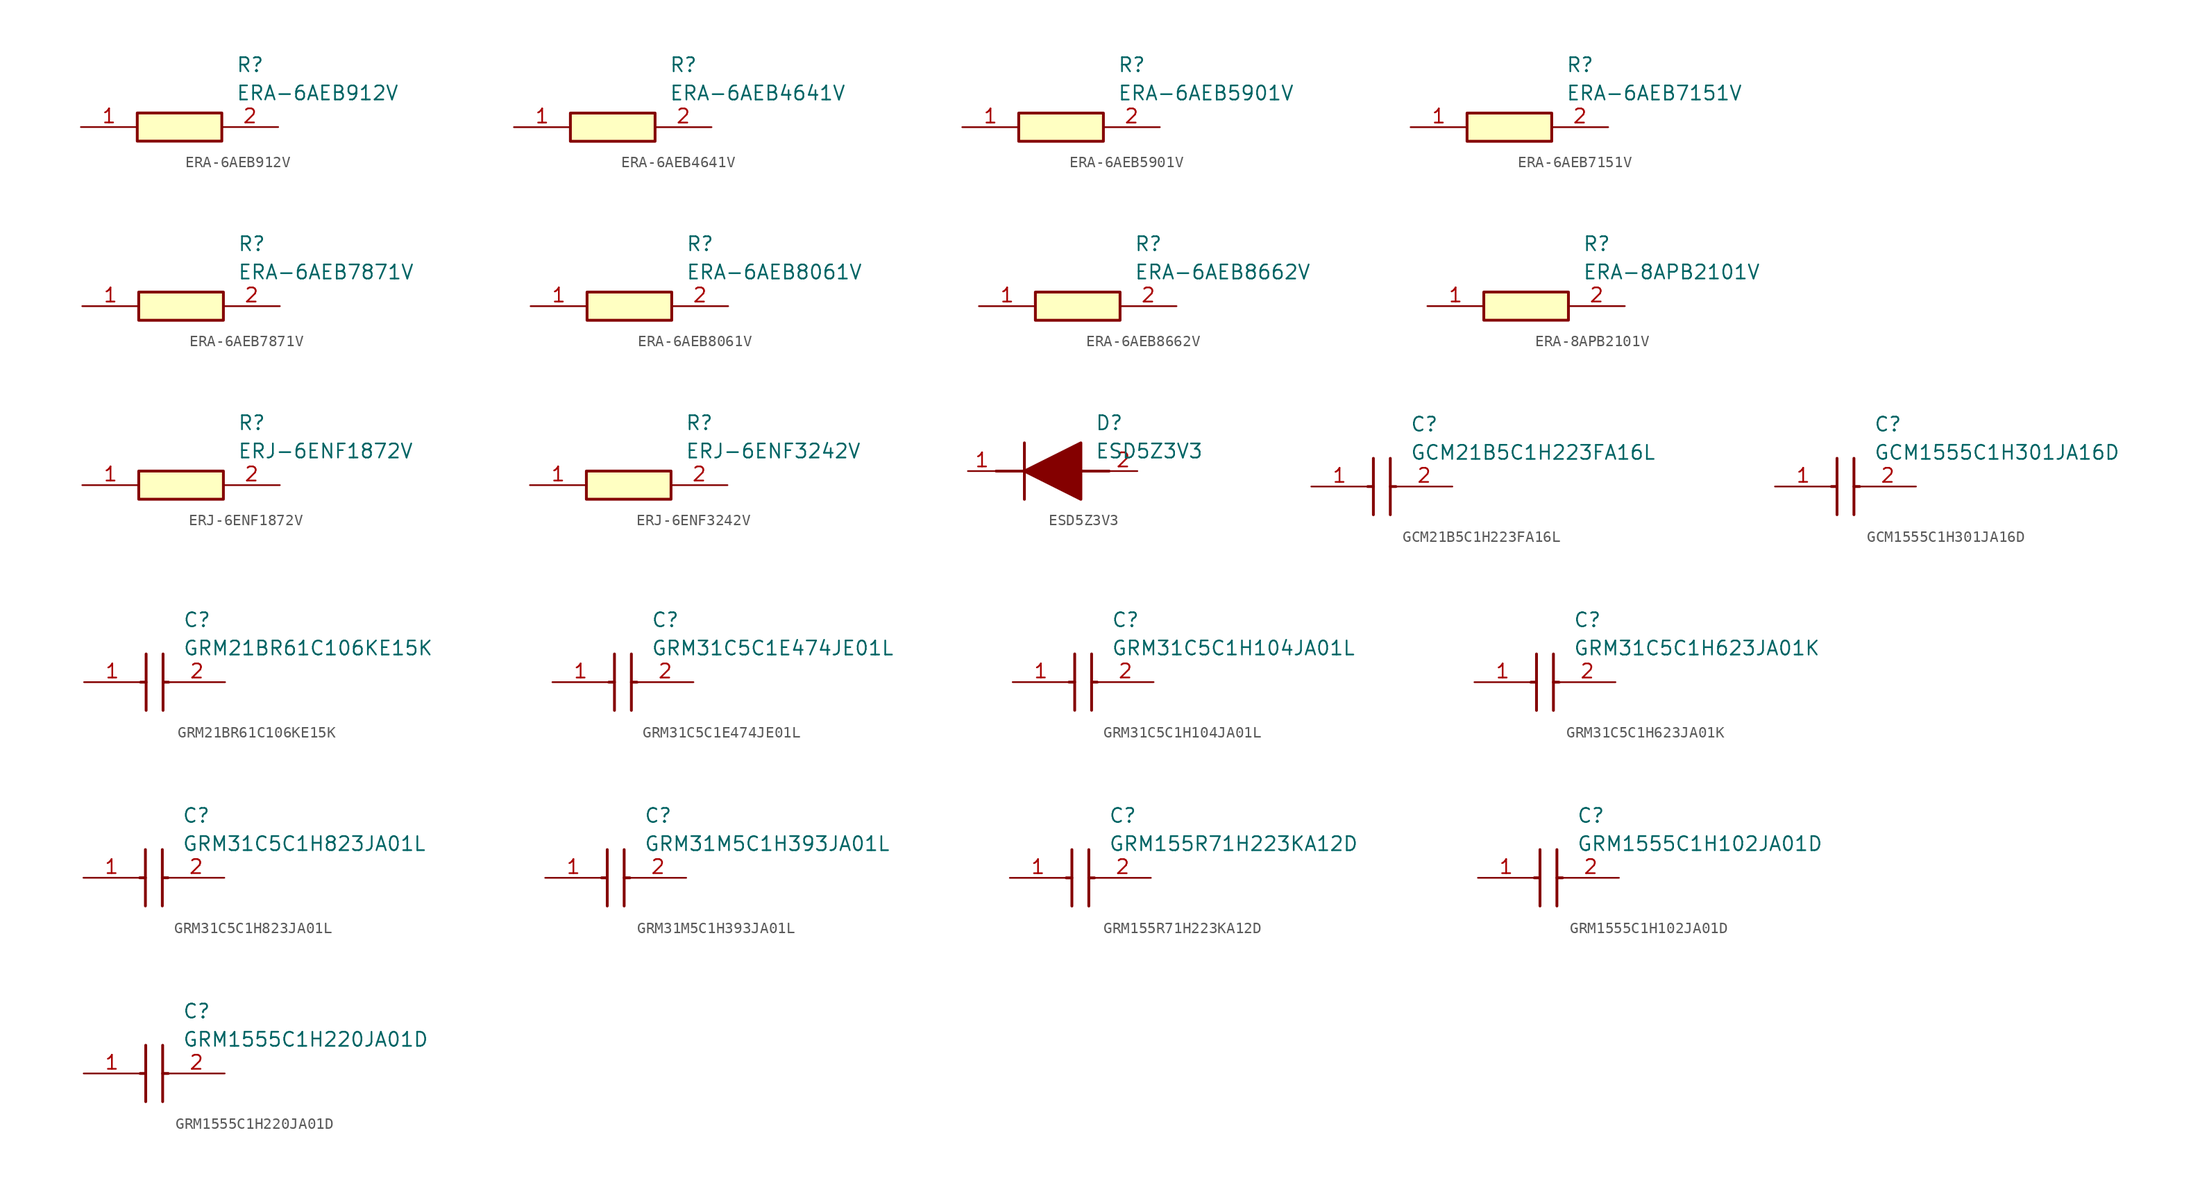
<source format=kicad_sym>
(kicad_symbol_lib
  (version 20231120)
  (generator "kicad_symbol_editor")
  (generator_version "8.0")
  (symbol "ERA-6AEB912V"
    (pin_names hide)
    (property "Reference" "R"
      (at 13.97 6.35 0)
      (effects (font (size 1.27 1.27)) (justify left top)))
    (property "Value" "ERA-6AEB912V"
      (at 13.97 3.81 0)
      (effects (font (size 1.27 1.27)) (justify left top)))
    (symbol "ERA-6AEB912V_1_1"
      (rectangle (start 5.08 1.27) (end 12.7 -1.27) (stroke (width 0.254) (type default)) (fill (type background)))
      (pin passive line (at 0 0 0) (length 5.08) (name "1" (effects (font (size 1.27 1.27)))) (number "1" (effects (font (size 1.27 1.27)))))
      (pin passive line (at 17.78 0 180) (length 5.08) (name "2" (effects (font (size 1.27 1.27)))) (number "2" (effects (font (size 1.27 1.27)))))))
  (symbol "ERA-6AEB4641V"
    (pin_names hide)
    (property "Reference" "R"
      (at 13.97 6.35 0)
      (effects (font (size 1.27 1.27)) (justify left top)))
    (property "Value" "ERA-6AEB4641V"
      (at 13.97 3.81 0)
      (effects (font (size 1.27 1.27)) (justify left top)))
    (symbol "ERA-6AEB4641V_1_1"
      (rectangle (start 5.08 1.27) (end 12.7 -1.27) (stroke (width 0.254) (type default)) (fill (type background)))
      (pin passive line (at 0 0 0) (length 5.08) (name "1" (effects (font (size 1.27 1.27)))) (number "1" (effects (font (size 1.27 1.27)))))
      (pin passive line (at 17.78 0 180) (length 5.08) (name "2" (effects (font (size 1.27 1.27)))) (number "2" (effects (font (size 1.27 1.27)))))))
  (symbol "ERA-6AEB5901V"
    (pin_names hide)
    (property "Reference" "R"
      (at 13.97 6.35 0)
      (effects (font (size 1.27 1.27)) (justify left top)))
    (property "Value" "ERA-6AEB5901V"
      (at 13.97 3.81 0)
      (effects (font (size 1.27 1.27)) (justify left top)))
    (symbol "ERA-6AEB5901V_1_1"
      (rectangle (start 5.08 1.27) (end 12.7 -1.27) (stroke (width 0.254) (type default)) (fill (type background)))
      (pin passive line (at 0 0 0) (length 5.08) (name "1" (effects (font (size 1.27 1.27)))) (number "1" (effects (font (size 1.27 1.27)))))
      (pin passive line (at 17.78 0 180) (length 5.08) (name "2" (effects (font (size 1.27 1.27)))) (number "2" (effects (font (size 1.27 1.27)))))))
  (symbol "ERA-6AEB7151V"
    (pin_names hide)
    (property "Reference" "R"
      (at 13.97 6.35 0)
      (effects (font (size 1.27 1.27)) (justify left top)))
    (property "Value" "ERA-6AEB7151V"
      (at 13.97 3.81 0)
      (effects (font (size 1.27 1.27)) (justify left top)))
    (symbol "ERA-6AEB7151V_1_1"
      (rectangle (start 5.08 1.27) (end 12.7 -1.27) (stroke (width 0.254) (type default)) (fill (type background)))
      (pin passive line (at 0 0 0) (length 5.08) (name "1" (effects (font (size 1.27 1.27)))) (number "1" (effects (font (size 1.27 1.27)))))
      (pin passive line (at 17.78 0 180) (length 5.08) (name "2" (effects (font (size 1.27 1.27)))) (number "2" (effects (font (size 1.27 1.27)))))))
  (symbol "ERA-6AEB7871V"
    (pin_names hide)
    (property "Reference" "R"
      (at 13.97 6.35 0)
      (effects (font (size 1.27 1.27)) (justify left top)))
    (property "Value" "ERA-6AEB7871V"
      (at 13.97 3.81 0)
      (effects (font (size 1.27 1.27)) (justify left top)))
    (symbol "ERA-6AEB7871V_1_1"
      (rectangle (start 5.08 1.27) (end 12.7 -1.27) (stroke (width 0.254) (type default)) (fill (type background)))
      (pin passive line (at 0 0 0) (length 5.08) (name "1" (effects (font (size 1.27 1.27)))) (number "1" (effects (font (size 1.27 1.27)))))
      (pin passive line (at 17.78 0 180) (length 5.08) (name "2" (effects (font (size 1.27 1.27)))) (number "2" (effects (font (size 1.27 1.27)))))))
  (symbol "ERA-6AEB8061V"
    (pin_names hide)
    (property "Reference" "R"
      (at 13.97 6.35 0)
      (effects (font (size 1.27 1.27)) (justify left top)))
    (property "Value" "ERA-6AEB8061V"
      (at 13.97 3.81 0)
      (effects (font (size 1.27 1.27)) (justify left top)))
    (symbol "ERA-6AEB8061V_1_1"
      (rectangle (start 5.08 1.27) (end 12.7 -1.27) (stroke (width 0.254) (type default)) (fill (type background)))
      (pin passive line (at 0 0 0) (length 5.08) (name "1" (effects (font (size 1.27 1.27)))) (number "1" (effects (font (size 1.27 1.27)))))
      (pin passive line (at 17.78 0 180) (length 5.08) (name "2" (effects (font (size 1.27 1.27)))) (number "2" (effects (font (size 1.27 1.27)))))))
  (symbol "ERA-6AEB8662V"
    (pin_names hide)
    (property "Reference" "R"
      (at 13.97 6.35 0)
      (effects (font (size 1.27 1.27)) (justify left top)))
    (property "Value" "ERA-6AEB8662V"
      (at 13.97 3.81 0)
      (effects (font (size 1.27 1.27)) (justify left top)))
    (symbol "ERA-6AEB8662V_1_1"
      (rectangle (start 5.08 1.27) (end 12.7 -1.27) (stroke (width 0.254) (type default)) (fill (type background)))
      (pin passive line (at 0 0 0) (length 5.08) (name "1" (effects (font (size 1.27 1.27)))) (number "1" (effects (font (size 1.27 1.27)))))
      (pin passive line (at 17.78 0 180) (length 5.08) (name "2" (effects (font (size 1.27 1.27)))) (number "2" (effects (font (size 1.27 1.27)))))))
  (symbol "ERA-8APB2101V"
    (pin_names hide)
    (property "Reference" "R"
      (at 13.97 6.35 0)
      (effects (font (size 1.27 1.27)) (justify left top)))
    (property "Value" "ERA-8APB2101V"
      (at 13.97 3.81 0)
      (effects (font (size 1.27 1.27)) (justify left top)))
    (symbol "ERA-8APB2101V_1_1"
      (rectangle (start 5.08 1.27) (end 12.7 -1.27) (stroke (width 0.254) (type default)) (fill (type background)))
      (pin passive line (at 0 0 0) (length 5.08) (name "1" (effects (font (size 1.27 1.27)))) (number "1" (effects (font (size 1.27 1.27)))))
      (pin passive line (at 17.78 0 180) (length 5.08) (name "2" (effects (font (size 1.27 1.27)))) (number "2" (effects (font (size 1.27 1.27)))))))
  (symbol "ERJ-6ENF1872V"
    (pin_names hide)
    (property "Reference" "R"
      (at 13.97 6.35 0)
      (effects (font (size 1.27 1.27)) (justify left top)))
    (property "Value" "ERJ-6ENF1872V"
      (at 13.97 3.81 0)
      (effects (font (size 1.27 1.27)) (justify left top)))
    (symbol "ERJ-6ENF1872V_1_1"
      (rectangle (start 5.08 1.27) (end 12.7 -1.27) (stroke (width 0.254) (type default)) (fill (type background)))
      (pin passive line (at 0 0 0) (length 5.08) (name "1" (effects (font (size 1.27 1.27)))) (number "1" (effects (font (size 1.27 1.27)))))
      (pin passive line (at 17.78 0 180) (length 5.08) (name "2" (effects (font (size 1.27 1.27)))) (number "2" (effects (font (size 1.27 1.27)))))))
  (symbol "ERJ-6ENF3242V"
    (pin_names hide)
    (property "Reference" "R"
      (at 13.97 6.35 0)
      (effects (font (size 1.27 1.27)) (justify left top)))
    (property "Value" "ERJ-6ENF3242V"
      (at 13.97 3.81 0)
      (effects (font (size 1.27 1.27)) (justify left top)))
    (symbol "ERJ-6ENF3242V_1_1"
      (rectangle (start 5.08 1.27) (end 12.7 -1.27) (stroke (width 0.254) (type default)) (fill (type background)))
      (pin passive line (at 0 0 0) (length 5.08) (name "1" (effects (font (size 1.27 1.27)))) (number "1" (effects (font (size 1.27 1.27)))))
      (pin passive line (at 17.78 0 180) (length 5.08) (name "2" (effects (font (size 1.27 1.27)))) (number "2" (effects (font (size 1.27 1.27)))))))
  (symbol "ESD5Z3V3"
    (pin_names hide)
    (property "Reference" "D"
      (at 11.43 5.08 0)
      (effects (font (size 1.27 1.27)) (justify left top)))
    (property "Value" "ESD5Z3V3"
      (at 11.43 2.54 0)
      (effects (font (size 1.27 1.27)) (justify left top)))
    (symbol "ESD5Z3V3_1_1"
      (polyline (pts (xy 2.54 0) (xy 5.08 0)) (stroke (width 0.254) (type default)) (fill (type none)))
      (polyline (pts (xy 5.08 2.54) (xy 5.08 -2.54)) (stroke (width 0.254) (type default)) (fill (type none)))
      (polyline (pts (xy 10.16 0) (xy 12.7 0)) (stroke (width 0.254) (type default)) (fill (type none)))
      (polyline (pts (xy 5.08 0) (xy 10.16 2.54) (xy 10.16 -2.54) (xy 5.08 0)) (stroke (width 0.254) (type default)) (fill (type outline)))
      (pin passive line (at 0 0 0) (length 2.54) (name "K" (effects (font (size 1.27 1.27)))) (number "1" (effects (font (size 1.27 1.27)))))
      (pin passive line (at 15.24 0 180) (length 2.54) (name "A" (effects (font (size 1.27 1.27)))) (number "2" (effects (font (size 1.27 1.27)))))))
  (symbol "GCM21B5C1H223FA16L"
    (pin_names hide)
    (property "Reference" "C"
      (at 8.89 6.35 0)
      (effects (font (size 1.27 1.27)) (justify left top)))
    (property "Value" "GCM21B5C1H223FA16L"
      (at 8.89 3.81 0)
      (effects (font (size 1.27 1.27)) (justify left top)))
    (symbol "GCM21B5C1H223FA16L_1_1"
      (polyline (pts (xy 5.08 0) (xy 5.588 0)) (stroke (width 0.254) (type default)) (fill (type none)))
      (polyline (pts (xy 5.588 2.54) (xy 5.588 -2.54)) (stroke (width 0.254) (type default)) (fill (type none)))
      (polyline (pts (xy 7.112 0) (xy 7.62 0)) (stroke (width 0.254) (type default)) (fill (type none)))
      (polyline (pts (xy 7.112 2.54) (xy 7.112 -2.54)) (stroke (width 0.254) (type default)) (fill (type none)))
      (pin passive line (at 0 0 0) (length 5.08) (name "1" (effects (font (size 1.27 1.27)))) (number "1" (effects (font (size 1.27 1.27)))))
      (pin passive line (at 12.7 0 180) (length 5.08) (name "2" (effects (font (size 1.27 1.27)))) (number "2" (effects (font (size 1.27 1.27)))))))
  (symbol "GCM1555C1H301JA16D"
    (pin_names hide)
    (property "Reference" "C"
      (at 8.89 6.35 0)
      (effects (font (size 1.27 1.27)) (justify left top)))
    (property "Value" "GCM1555C1H301JA16D"
      (at 8.89 3.81 0)
      (effects (font (size 1.27 1.27)) (justify left top)))
    (symbol "GCM1555C1H301JA16D_1_1"
      (polyline (pts (xy 5.08 0) (xy 5.588 0)) (stroke (width 0.254) (type default)) (fill (type none)))
      (polyline (pts (xy 5.588 2.54) (xy 5.588 -2.54)) (stroke (width 0.254) (type default)) (fill (type none)))
      (polyline (pts (xy 7.112 0) (xy 7.62 0)) (stroke (width 0.254) (type default)) (fill (type none)))
      (polyline (pts (xy 7.112 2.54) (xy 7.112 -2.54)) (stroke (width 0.254) (type default)) (fill (type none)))
      (pin passive line (at 0 0 0) (length 5.08) (name "1" (effects (font (size 1.27 1.27)))) (number "1" (effects (font (size 1.27 1.27)))))
      (pin passive line (at 12.7 0 180) (length 5.08) (name "2" (effects (font (size 1.27 1.27)))) (number "2" (effects (font (size 1.27 1.27)))))))
  (symbol "GRM21BR61C106KE15K"
    (pin_names hide)
    (property "Reference" "C"
      (at 8.89 6.35 0)
      (effects (font (size 1.27 1.27)) (justify left top)))
    (property "Value" "GRM21BR61C106KE15K"
      (at 8.89 3.81 0)
      (effects (font (size 1.27 1.27)) (justify left top)))
    (symbol "GRM21BR61C106KE15K_1_1"
      (polyline (pts (xy 5.08 0) (xy 5.588 0)) (stroke (width 0.254) (type default)) (fill (type none)))
      (polyline (pts (xy 5.588 2.54) (xy 5.588 -2.54)) (stroke (width 0.254) (type default)) (fill (type none)))
      (polyline (pts (xy 7.112 0) (xy 7.62 0)) (stroke (width 0.254) (type default)) (fill (type none)))
      (polyline (pts (xy 7.112 2.54) (xy 7.112 -2.54)) (stroke (width 0.254) (type default)) (fill (type none)))
      (pin passive line (at 0 0 0) (length 5.08) (name "1" (effects (font (size 1.27 1.27)))) (number "1" (effects (font (size 1.27 1.27)))))
      (pin passive line (at 12.7 0 180) (length 5.08) (name "2" (effects (font (size 1.27 1.27)))) (number "2" (effects (font (size 1.27 1.27)))))))
  (symbol "GRM31C5C1E474JE01L"
    (pin_names hide)
    (property "Reference" "C"
      (at 8.89 6.35 0)
      (effects (font (size 1.27 1.27)) (justify left top)))
    (property "Value" "GRM31C5C1E474JE01L"
      (at 8.89 3.81 0)
      (effects (font (size 1.27 1.27)) (justify left top)))
    (symbol "GRM31C5C1E474JE01L_1_1"
      (polyline (pts (xy 5.08 0) (xy 5.588 0)) (stroke (width 0.254) (type default)) (fill (type none)))
      (polyline (pts (xy 5.588 2.54) (xy 5.588 -2.54)) (stroke (width 0.254) (type default)) (fill (type none)))
      (polyline (pts (xy 7.112 0) (xy 7.62 0)) (stroke (width 0.254) (type default)) (fill (type none)))
      (polyline (pts (xy 7.112 2.54) (xy 7.112 -2.54)) (stroke (width 0.254) (type default)) (fill (type none)))
      (pin passive line (at 0 0 0) (length 5.08) (name "1" (effects (font (size 1.27 1.27)))) (number "1" (effects (font (size 1.27 1.27)))))
      (pin passive line (at 12.7 0 180) (length 5.08) (name "2" (effects (font (size 1.27 1.27)))) (number "2" (effects (font (size 1.27 1.27)))))))
  (symbol "GRM31C5C1H104JA01L"
    (pin_names hide)
    (property "Reference" "C"
      (at 8.89 6.35 0)
      (effects (font (size 1.27 1.27)) (justify left top)))
    (property "Value" "GRM31C5C1H104JA01L"
      (at 8.89 3.81 0)
      (effects (font (size 1.27 1.27)) (justify left top)))
    (symbol "GRM31C5C1H104JA01L_1_1"
      (polyline (pts (xy 5.08 0) (xy 5.588 0)) (stroke (width 0.254) (type default)) (fill (type none)))
      (polyline (pts (xy 5.588 2.54) (xy 5.588 -2.54)) (stroke (width 0.254) (type default)) (fill (type none)))
      (polyline (pts (xy 7.112 0) (xy 7.62 0)) (stroke (width 0.254) (type default)) (fill (type none)))
      (polyline (pts (xy 7.112 2.54) (xy 7.112 -2.54)) (stroke (width 0.254) (type default)) (fill (type none)))
      (pin passive line (at 0 0 0) (length 5.08) (name "1" (effects (font (size 1.27 1.27)))) (number "1" (effects (font (size 1.27 1.27)))))
      (pin passive line (at 12.7 0 180) (length 5.08) (name "2" (effects (font (size 1.27 1.27)))) (number "2" (effects (font (size 1.27 1.27)))))))
  (symbol "GRM31C5C1H623JA01K"
    (pin_names hide)
    (property "Reference" "C"
      (at 8.89 6.35 0)
      (effects (font (size 1.27 1.27)) (justify left top)))
    (property "Value" "GRM31C5C1H623JA01K"
      (at 8.89 3.81 0)
      (effects (font (size 1.27 1.27)) (justify left top)))
    (symbol "GRM31C5C1H623JA01K_1_1"
      (polyline (pts (xy 5.08 0) (xy 5.588 0)) (stroke (width 0.254) (type default)) (fill (type none)))
      (polyline (pts (xy 5.588 2.54) (xy 5.588 -2.54)) (stroke (width 0.254) (type default)) (fill (type none)))
      (polyline (pts (xy 7.112 0) (xy 7.62 0)) (stroke (width 0.254) (type default)) (fill (type none)))
      (polyline (pts (xy 7.112 2.54) (xy 7.112 -2.54)) (stroke (width 0.254) (type default)) (fill (type none)))
      (pin passive line (at 0 0 0) (length 5.08) (name "1" (effects (font (size 1.27 1.27)))) (number "1" (effects (font (size 1.27 1.27)))))
      (pin passive line (at 12.7 0 180) (length 5.08) (name "2" (effects (font (size 1.27 1.27)))) (number "2" (effects (font (size 1.27 1.27)))))))
  (symbol "GRM31C5C1H823JA01L"
    (pin_names hide)
    (property "Reference" "C"
      (at 8.89 6.35 0)
      (effects (font (size 1.27 1.27)) (justify left top)))
    (property "Value" "GRM31C5C1H823JA01L"
      (at 8.89 3.81 0)
      (effects (font (size 1.27 1.27)) (justify left top)))
    (symbol "GRM31C5C1H823JA01L_1_1"
      (polyline (pts (xy 5.08 0) (xy 5.588 0)) (stroke (width 0.254) (type default)) (fill (type none)))
      (polyline (pts (xy 5.588 2.54) (xy 5.588 -2.54)) (stroke (width 0.254) (type default)) (fill (type none)))
      (polyline (pts (xy 7.112 0) (xy 7.62 0)) (stroke (width 0.254) (type default)) (fill (type none)))
      (polyline (pts (xy 7.112 2.54) (xy 7.112 -2.54)) (stroke (width 0.254) (type default)) (fill (type none)))
      (pin passive line (at 0 0 0) (length 5.08) (name "1" (effects (font (size 1.27 1.27)))) (number "1" (effects (font (size 1.27 1.27)))))
      (pin passive line (at 12.7 0 180) (length 5.08) (name "2" (effects (font (size 1.27 1.27)))) (number "2" (effects (font (size 1.27 1.27)))))))
  (symbol "GRM31M5C1H393JA01L"
    (pin_names hide)
    (property "Reference" "C"
      (at 8.89 6.35 0)
      (effects (font (size 1.27 1.27)) (justify left top)))
    (property "Value" "GRM31M5C1H393JA01L"
      (at 8.89 3.81 0)
      (effects (font (size 1.27 1.27)) (justify left top)))
    (symbol "GRM31M5C1H393JA01L_1_1"
      (polyline (pts (xy 5.08 0) (xy 5.588 0)) (stroke (width 0.254) (type default)) (fill (type none)))
      (polyline (pts (xy 5.588 2.54) (xy 5.588 -2.54)) (stroke (width 0.254) (type default)) (fill (type none)))
      (polyline (pts (xy 7.112 0) (xy 7.62 0)) (stroke (width 0.254) (type default)) (fill (type none)))
      (polyline (pts (xy 7.112 2.54) (xy 7.112 -2.54)) (stroke (width 0.254) (type default)) (fill (type none)))
      (pin passive line (at 0 0 0) (length 5.08) (name "1" (effects (font (size 1.27 1.27)))) (number "1" (effects (font (size 1.27 1.27)))))
      (pin passive line (at 12.7 0 180) (length 5.08) (name "2" (effects (font (size 1.27 1.27)))) (number "2" (effects (font (size 1.27 1.27)))))))
  (symbol "GRM155R71H223KA12D"
    (pin_names hide)
    (property "Reference" "C"
      (at 8.89 6.35 0)
      (effects (font (size 1.27 1.27)) (justify left top)))
    (property "Value" "GRM155R71H223KA12D"
      (at 8.89 3.81 0)
      (effects (font (size 1.27 1.27)) (justify left top)))
    (symbol "GRM155R71H223KA12D_1_1"
      (polyline (pts (xy 5.08 0) (xy 5.588 0)) (stroke (width 0.254) (type default)) (fill (type none)))
      (polyline (pts (xy 5.588 2.54) (xy 5.588 -2.54)) (stroke (width 0.254) (type default)) (fill (type none)))
      (polyline (pts (xy 7.112 0) (xy 7.62 0)) (stroke (width 0.254) (type default)) (fill (type none)))
      (polyline (pts (xy 7.112 2.54) (xy 7.112 -2.54)) (stroke (width 0.254) (type default)) (fill (type none)))
      (pin passive line (at 0 0 0) (length 5.08) (name "1" (effects (font (size 1.27 1.27)))) (number "1" (effects (font (size 1.27 1.27)))))
      (pin passive line (at 12.7 0 180) (length 5.08) (name "2" (effects (font (size 1.27 1.27)))) (number "2" (effects (font (size 1.27 1.27)))))))
  (symbol "GRM1555C1H102JA01D"
    (pin_names hide)
    (property "Reference" "C"
      (at 8.89 6.35 0)
      (effects (font (size 1.27 1.27)) (justify left top)))
    (property "Value" "GRM1555C1H102JA01D"
      (at 8.89 3.81 0)
      (effects (font (size 1.27 1.27)) (justify left top)))
    (symbol "GRM1555C1H102JA01D_1_1"
      (polyline (pts (xy 5.08 0) (xy 5.588 0)) (stroke (width 0.254) (type default)) (fill (type none)))
      (polyline (pts (xy 5.588 2.54) (xy 5.588 -2.54)) (stroke (width 0.254) (type default)) (fill (type none)))
      (polyline (pts (xy 7.112 0) (xy 7.62 0)) (stroke (width 0.254) (type default)) (fill (type none)))
      (polyline (pts (xy 7.112 2.54) (xy 7.112 -2.54)) (stroke (width 0.254) (type default)) (fill (type none)))
      (pin passive line (at 0 0 0) (length 5.08) (name "1" (effects (font (size 1.27 1.27)))) (number "1" (effects (font (size 1.27 1.27)))))
      (pin passive line (at 12.7 0 180) (length 5.08) (name "2" (effects (font (size 1.27 1.27)))) (number "2" (effects (font (size 1.27 1.27)))))))
  (symbol "GRM1555C1H220JA01D"
    (pin_names hide)
    (property "Reference" "C"
      (at 8.89 6.35 0)
      (effects (font (size 1.27 1.27)) (justify left top)))
    (property "Value" "GRM1555C1H220JA01D"
      (at 8.89 3.81 0)
      (effects (font (size 1.27 1.27)) (justify left top)))
    (symbol "GRM1555C1H220JA01D_1_1"
      (polyline (pts (xy 5.08 0) (xy 5.588 0)) (stroke (width 0.254) (type default)) (fill (type none)))
      (polyline (pts (xy 5.588 2.54) (xy 5.588 -2.54)) (stroke (width 0.254) (type default)) (fill (type none)))
      (polyline (pts (xy 7.112 0) (xy 7.62 0)) (stroke (width 0.254) (type default)) (fill (type none)))
      (polyline (pts (xy 7.112 2.54) (xy 7.112 -2.54)) (stroke (width 0.254) (type default)) (fill (type none)))
      (pin passive line (at 0 0 0) (length 5.08) (name "1" (effects (font (size 1.27 1.27)))) (number "1" (effects (font (size 1.27 1.27)))))
      (pin passive line (at 12.7 0 180) (length 5.08) (name "2" (effects (font (size 1.27 1.27)))) (number "2" (effects (font (size 1.27 1.27))))))))
</source>
